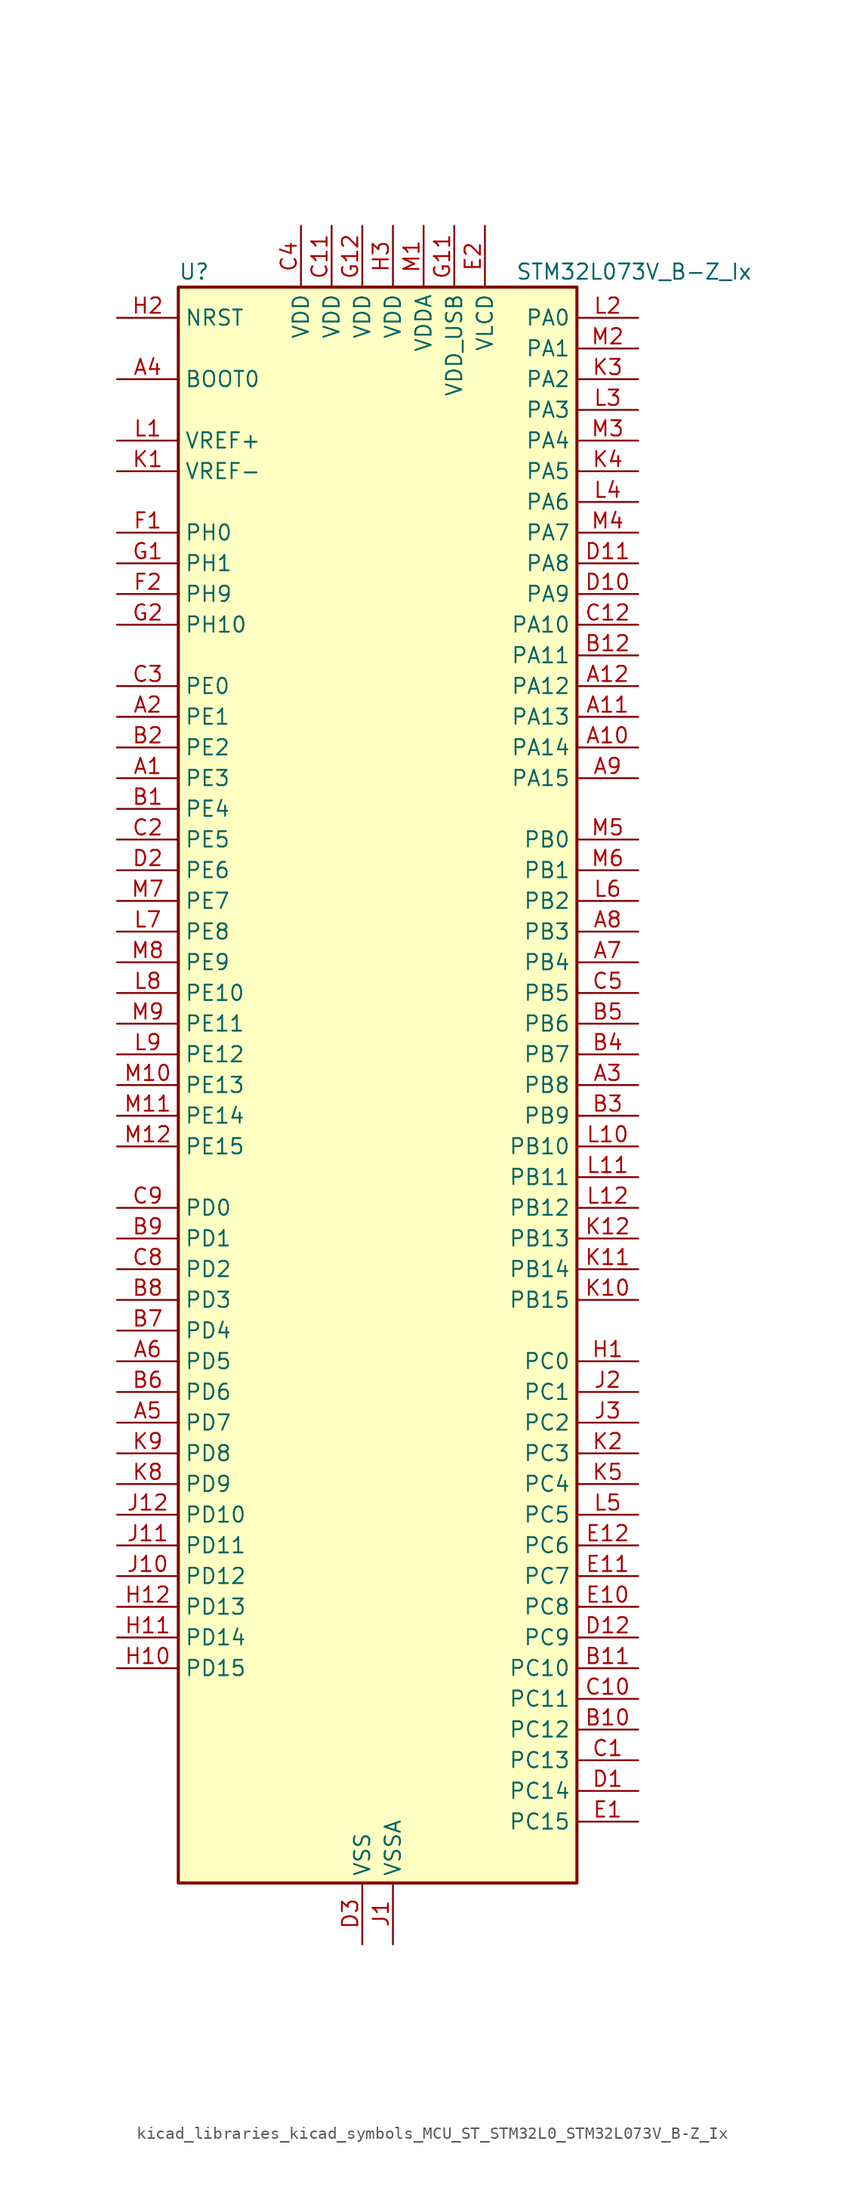
<source format=kicad_sym>
(kicad_symbol_lib
  (version 20220914)
  (generator kicad_symbol_editor)
  (symbol "kicad_libraries_kicad_symbols_MCU_ST_STM32L0_STM32L073V_B-Z_Ix"
    (property "Reference" "U"
      (at -15.24 67.31 0)
      (effects (font (size 1.27 1.27)) (justify left)))
    (property "Value" "STM32L073V_B-Z_Ix"
      (at 12.7 67.31 0)
      (effects (font (size 1.27 1.27)) (justify left)))
    (property "ki_locked" ""
      (at 0 0 0)
      (effects (font (size 1.27 1.27))))
    (symbol "kicad_libraries_kicad_symbols_MCU_ST_STM32L0_STM32L073V_B-Z_Ix_0_1"
      (rectangle (start -15.24 -66.04) (end 17.78 66.04) (stroke (width 0.254) (type default)) (fill (type background))))
    (symbol "kicad_libraries_kicad_symbols_MCU_ST_STM32L0_STM32L073V_B-Z_Ix_1_1"
      (pin bidirectional line (at -20.32 25.4 0) (length 5.08) (name "PE3" (effects (font (size 1.27 1.27)))) (number "A1" (effects (font (size 1.27 1.27)))) (alternate "LCD_SEG39" bidirectional line) (alternate "TIM22_CH1" bidirectional line) (alternate "TIM3_CH1" bidirectional line))
      (pin bidirectional line (at 22.86 27.94 180) (length 5.08) (name "PA14" (effects (font (size 1.27 1.27)))) (number "A10" (effects (font (size 1.27 1.27)))) (alternate "LPUART1_TX" bidirectional line) (alternate "SYS_SWCLK" bidirectional line) (alternate "USART2_TX" bidirectional line))
      (pin bidirectional line (at 22.86 30.48 180) (length 5.08) (name "PA13" (effects (font (size 1.27 1.27)))) (number "A11" (effects (font (size 1.27 1.27)))) (alternate "LPUART1_RX" bidirectional line) (alternate "SYS_SWDIO" bidirectional line) (alternate "USB_NOE" bidirectional line))
      (pin bidirectional line (at 22.86 33.02 180) (length 5.08) (name "PA12" (effects (font (size 1.27 1.27)))) (number "A12" (effects (font (size 1.27 1.27)))) (alternate "COMP2_OUT" bidirectional line) (alternate "SPI1_MOSI" bidirectional line) (alternate "TSC_G4_IO4" bidirectional line) (alternate "USART1_DE" bidirectional line) (alternate "USART1_RTS" bidirectional line) (alternate "USB_DP" bidirectional line))
      (pin bidirectional line (at -20.32 30.48 0) (length 5.08) (name "PE1" (effects (font (size 1.27 1.27)))) (number "A2" (effects (font (size 1.27 1.27)))) (alternate "LCD_SEG37" bidirectional line))
      (pin bidirectional line (at 22.86 0 180) (length 5.08) (name "PB8" (effects (font (size 1.27 1.27)))) (number "A3" (effects (font (size 1.27 1.27)))) (alternate "I2C1_SCL" bidirectional line) (alternate "LCD_SEG16" bidirectional line) (alternate "TSC_SYNC" bidirectional line))
      (pin input line (at -20.32 58.42 0) (length 5.08) (name "BOOT0" (effects (font (size 1.27 1.27)))) (number "A4" (effects (font (size 1.27 1.27)))))
      (pin bidirectional line (at -20.32 -27.94 0) (length 5.08) (name "PD7" (effects (font (size 1.27 1.27)))) (number "A5" (effects (font (size 1.27 1.27)))) (alternate "TIM21_CH2" bidirectional line) (alternate "USART2_CK" bidirectional line))
      (pin bidirectional line (at -20.32 -22.86 0) (length 5.08) (name "PD5" (effects (font (size 1.27 1.27)))) (number "A6" (effects (font (size 1.27 1.27)))) (alternate "USART2_TX" bidirectional line))
      (pin bidirectional line (at 22.86 10.16 180) (length 5.08) (name "PB4" (effects (font (size 1.27 1.27)))) (number "A7" (effects (font (size 1.27 1.27)))) (alternate "COMP2_INP" bidirectional line) (alternate "I2C3_SDA" bidirectional line) (alternate "LCD_SEG8" bidirectional line) (alternate "SPI1_MISO" bidirectional line) (alternate "TIM22_CH1" bidirectional line) (alternate "TIM3_CH1" bidirectional line) (alternate "TSC_G5_IO2" bidirectional line) (alternate "USART1_CTS" bidirectional line) (alternate "USART5_RX" bidirectional line))
      (pin bidirectional line (at 22.86 12.7 180) (length 5.08) (name "PB3" (effects (font (size 1.27 1.27)))) (number "A8" (effects (font (size 1.27 1.27)))) (alternate "COMP2_INM" bidirectional line) (alternate "LCD_SEG7" bidirectional line) (alternate "SPI1_SCK" bidirectional line) (alternate "TIM2_CH2" bidirectional line) (alternate "TSC_G5_IO1" bidirectional line) (alternate "USART1_DE" bidirectional line) (alternate "USART1_RTS" bidirectional line) (alternate "USART5_TX" bidirectional line))
      (pin bidirectional line (at 22.86 25.4 180) (length 5.08) (name "PA15" (effects (font (size 1.27 1.27)))) (number "A9" (effects (font (size 1.27 1.27)))) (alternate "LCD_SEG17" bidirectional line) (alternate "SPI1_NSS" bidirectional line) (alternate "TIM2_CH1" bidirectional line) (alternate "TIM2_ETR" bidirectional line) (alternate "USART2_RX" bidirectional line) (alternate "USART4_DE" bidirectional line) (alternate "USART4_RTS" bidirectional line))
      (pin bidirectional line (at -20.32 22.86 0) (length 5.08) (name "PE4" (effects (font (size 1.27 1.27)))) (number "B1" (effects (font (size 1.27 1.27)))) (alternate "TIM22_CH2" bidirectional line) (alternate "TIM3_CH2" bidirectional line))
      (pin bidirectional line (at 22.86 -53.34 180) (length 5.08) (name "PC12" (effects (font (size 1.27 1.27)))) (number "B10" (effects (font (size 1.27 1.27)))) (alternate "LCD_COM6" bidirectional line) (alternate "LCD_SEG30" bidirectional line) (alternate "LCD_SEG50" bidirectional line) (alternate "USART4_CK" bidirectional line) (alternate "USART5_TX" bidirectional line))
      (pin bidirectional line (at 22.86 -48.26 180) (length 5.08) (name "PC10" (effects (font (size 1.27 1.27)))) (number "B11" (effects (font (size 1.27 1.27)))) (alternate "LCD_COM4" bidirectional line) (alternate "LCD_SEG28" bidirectional line) (alternate "LCD_SEG48" bidirectional line) (alternate "LPUART1_TX" bidirectional line) (alternate "USART4_TX" bidirectional line))
      (pin bidirectional line (at 22.86 35.56 180) (length 5.08) (name "PA11" (effects (font (size 1.27 1.27)))) (number "B12" (effects (font (size 1.27 1.27)))) (alternate "ADC_EXTI11" bidirectional line) (alternate "COMP1_OUT" bidirectional line) (alternate "SPI1_MISO" bidirectional line) (alternate "TSC_G4_IO3" bidirectional line) (alternate "USART1_CTS" bidirectional line) (alternate "USB_DM" bidirectional line))
      (pin bidirectional line (at -20.32 27.94 0) (length 5.08) (name "PE2" (effects (font (size 1.27 1.27)))) (number "B2" (effects (font (size 1.27 1.27)))) (alternate "LCD_SEG38" bidirectional line) (alternate "TIM3_ETR" bidirectional line))
      (pin bidirectional line (at 22.86 -2.54 180) (length 5.08) (name "PB9" (effects (font (size 1.27 1.27)))) (number "B3" (effects (font (size 1.27 1.27)))) (alternate "DAC_EXTI9" bidirectional line) (alternate "I2C1_SDA" bidirectional line) (alternate "I2S2_WS" bidirectional line) (alternate "LCD_COM3" bidirectional line) (alternate "SPI2_NSS" bidirectional line))
      (pin bidirectional line (at 22.86 2.54 180) (length 5.08) (name "PB7" (effects (font (size 1.27 1.27)))) (number "B4" (effects (font (size 1.27 1.27)))) (alternate "COMP2_INP" bidirectional line) (alternate "I2C1_SDA" bidirectional line) (alternate "LPTIM1_IN2" bidirectional line) (alternate "SYS_PVD_IN" bidirectional line) (alternate "TSC_G5_IO4" bidirectional line) (alternate "USART1_RX" bidirectional line) (alternate "USART4_CTS" bidirectional line))
      (pin bidirectional line (at 22.86 5.08 180) (length 5.08) (name "PB6" (effects (font (size 1.27 1.27)))) (number "B5" (effects (font (size 1.27 1.27)))) (alternate "COMP2_INP" bidirectional line) (alternate "I2C1_SCL" bidirectional line) (alternate "LPTIM1_ETR" bidirectional line) (alternate "TSC_G5_IO3" bidirectional line) (alternate "USART1_TX" bidirectional line))
      (pin bidirectional line (at -20.32 -25.4 0) (length 5.08) (name "PD6" (effects (font (size 1.27 1.27)))) (number "B6" (effects (font (size 1.27 1.27)))) (alternate "USART2_RX" bidirectional line))
      (pin bidirectional line (at -20.32 -20.32 0) (length 5.08) (name "PD4" (effects (font (size 1.27 1.27)))) (number "B7" (effects (font (size 1.27 1.27)))) (alternate "I2S2_SD" bidirectional line) (alternate "SPI2_MOSI" bidirectional line) (alternate "USART2_DE" bidirectional line) (alternate "USART2_RTS" bidirectional line))
      (pin bidirectional line (at -20.32 -17.78 0) (length 5.08) (name "PD3" (effects (font (size 1.27 1.27)))) (number "B8" (effects (font (size 1.27 1.27)))) (alternate "I2S2_MCK" bidirectional line) (alternate "LCD_SEG44" bidirectional line) (alternate "SPI2_MISO" bidirectional line) (alternate "USART2_CTS" bidirectional line))
      (pin bidirectional line (at -20.32 -12.7 0) (length 5.08) (name "PD1" (effects (font (size 1.27 1.27)))) (number "B9" (effects (font (size 1.27 1.27)))) (alternate "I2S2_CK" bidirectional line) (alternate "SPI2_SCK" bidirectional line))
      (pin bidirectional line (at 22.86 -55.88 180) (length 5.08) (name "PC13" (effects (font (size 1.27 1.27)))) (number "C1" (effects (font (size 1.27 1.27)))) (alternate "RTC_OUT_ALARM" bidirectional line) (alternate "RTC_OUT_CALIB" bidirectional line) (alternate "RTC_TAMP1" bidirectional line) (alternate "RTC_TS" bidirectional line) (alternate "SYS_WKUP2" bidirectional line))
      (pin bidirectional line (at 22.86 -50.8 180) (length 5.08) (name "PC11" (effects (font (size 1.27 1.27)))) (number "C10" (effects (font (size 1.27 1.27)))) (alternate "ADC_EXTI11" bidirectional line) (alternate "LCD_COM5" bidirectional line) (alternate "LCD_SEG29" bidirectional line) (alternate "LCD_SEG49" bidirectional line) (alternate "LPUART1_RX" bidirectional line) (alternate "USART4_RX" bidirectional line))
      (pin power_in line (at -2.54 71.12 270) (length 5.08) (name "VDD" (effects (font (size 1.27 1.27)))) (number "C11" (effects (font (size 1.27 1.27)))))
      (pin bidirectional line (at 22.86 38.1 180) (length 5.08) (name "PA10" (effects (font (size 1.27 1.27)))) (number "C12" (effects (font (size 1.27 1.27)))) (alternate "I2C1_SDA" bidirectional line) (alternate "LCD_COM2" bidirectional line) (alternate "TSC_G4_IO2" bidirectional line) (alternate "USART1_RX" bidirectional line))
      (pin bidirectional line (at -20.32 20.32 0) (length 5.08) (name "PE5" (effects (font (size 1.27 1.27)))) (number "C2" (effects (font (size 1.27 1.27)))) (alternate "TIM21_CH1" bidirectional line) (alternate "TIM3_CH3" bidirectional line))
      (pin bidirectional line (at -20.32 33.02 0) (length 5.08) (name "PE0" (effects (font (size 1.27 1.27)))) (number "C3" (effects (font (size 1.27 1.27)))) (alternate "LCD_SEG36" bidirectional line))
      (pin power_in line (at -5.08 71.12 270) (length 5.08) (name "VDD" (effects (font (size 1.27 1.27)))) (number "C4" (effects (font (size 1.27 1.27)))))
      (pin bidirectional line (at 22.86 7.62 180) (length 5.08) (name "PB5" (effects (font (size 1.27 1.27)))) (number "C5" (effects (font (size 1.27 1.27)))) (alternate "COMP2_INP" bidirectional line) (alternate "I2C1_SMBA" bidirectional line) (alternate "LCD_SEG9" bidirectional line) (alternate "LPTIM1_IN1" bidirectional line) (alternate "SPI1_MOSI" bidirectional line) (alternate "TIM22_CH2" bidirectional line) (alternate "TIM3_CH2" bidirectional line) (alternate "USART1_CK" bidirectional line) (alternate "USART5_CK" bidirectional line) (alternate "USART5_DE" bidirectional line) (alternate "USART5_RTS" bidirectional line))
      (pin bidirectional line (at -20.32 -15.24 0) (length 5.08) (name "PD2" (effects (font (size 1.27 1.27)))) (number "C8" (effects (font (size 1.27 1.27)))) (alternate "LCD_COM7" bidirectional line) (alternate "LCD_SEG31" bidirectional line) (alternate "LCD_SEG51" bidirectional line) (alternate "LPUART1_DE" bidirectional line) (alternate "LPUART1_RTS" bidirectional line) (alternate "TIM3_ETR" bidirectional line) (alternate "USART5_RX" bidirectional line))
      (pin bidirectional line (at -20.32 -10.16 0) (length 5.08) (name "PD0" (effects (font (size 1.27 1.27)))) (number "C9" (effects (font (size 1.27 1.27)))) (alternate "I2S2_WS" bidirectional line) (alternate "SPI2_NSS" bidirectional line) (alternate "TIM21_CH1" bidirectional line))
      (pin bidirectional line (at 22.86 -58.42 180) (length 5.08) (name "PC14" (effects (font (size 1.27 1.27)))) (number "D1" (effects (font (size 1.27 1.27)))) (alternate "RCC_OSC32_IN" bidirectional line))
      (pin bidirectional line (at 22.86 40.64 180) (length 5.08) (name "PA9" (effects (font (size 1.27 1.27)))) (number "D10" (effects (font (size 1.27 1.27)))) (alternate "DAC_EXTI9" bidirectional line) (alternate "I2C1_SCL" bidirectional line) (alternate "I2C3_SMBA" bidirectional line) (alternate "LCD_COM1" bidirectional line) (alternate "RCC_MCO" bidirectional line) (alternate "TSC_G4_IO1" bidirectional line) (alternate "USART1_TX" bidirectional line))
      (pin bidirectional line (at 22.86 43.18 180) (length 5.08) (name "PA8" (effects (font (size 1.27 1.27)))) (number "D11" (effects (font (size 1.27 1.27)))) (alternate "CRS_SYNC" bidirectional line) (alternate "I2C3_SCL" bidirectional line) (alternate "LCD_COM0" bidirectional line) (alternate "RCC_MCO" bidirectional line) (alternate "USART1_CK" bidirectional line))
      (pin bidirectional line (at 22.86 -45.72 180) (length 5.08) (name "PC9" (effects (font (size 1.27 1.27)))) (number "D12" (effects (font (size 1.27 1.27)))) (alternate "DAC_EXTI9" bidirectional line) (alternate "I2C3_SDA" bidirectional line) (alternate "LCD_SEG27" bidirectional line) (alternate "TIM21_ETR" bidirectional line) (alternate "TIM3_CH4" bidirectional line) (alternate "TSC_G8_IO4" bidirectional line) (alternate "USB_NOE" bidirectional line))
      (pin bidirectional line (at -20.32 17.78 0) (length 5.08) (name "PE6" (effects (font (size 1.27 1.27)))) (number "D2" (effects (font (size 1.27 1.27)))) (alternate "RTC_TAMP3" bidirectional line) (alternate "SYS_WKUP3" bidirectional line) (alternate "TIM21_CH2" bidirectional line) (alternate "TIM3_CH4" bidirectional line))
      (pin power_in line (at 0 -71.12 90) (length 5.08) (name "VSS" (effects (font (size 1.27 1.27)))) (number "D3" (effects (font (size 1.27 1.27)))))
      (pin bidirectional line (at 22.86 -60.96 180) (length 5.08) (name "PC15" (effects (font (size 1.27 1.27)))) (number "E1" (effects (font (size 1.27 1.27)))) (alternate "RCC_OSC32_OUT" bidirectional line))
      (pin bidirectional line (at 22.86 -43.18 180) (length 5.08) (name "PC8" (effects (font (size 1.27 1.27)))) (number "E10" (effects (font (size 1.27 1.27)))) (alternate "LCD_SEG26" bidirectional line) (alternate "TIM22_ETR" bidirectional line) (alternate "TIM3_CH3" bidirectional line) (alternate "TSC_G8_IO3" bidirectional line))
      (pin bidirectional line (at 22.86 -40.64 180) (length 5.08) (name "PC7" (effects (font (size 1.27 1.27)))) (number "E11" (effects (font (size 1.27 1.27)))) (alternate "LCD_SEG25" bidirectional line) (alternate "TIM22_CH2" bidirectional line) (alternate "TIM3_CH2" bidirectional line) (alternate "TSC_G8_IO2" bidirectional line))
      (pin bidirectional line (at 22.86 -38.1 180) (length 5.08) (name "PC6" (effects (font (size 1.27 1.27)))) (number "E12" (effects (font (size 1.27 1.27)))) (alternate "LCD_SEG24" bidirectional line) (alternate "TIM22_CH1" bidirectional line) (alternate "TIM3_CH1" bidirectional line) (alternate "TSC_G8_IO1" bidirectional line))
      (pin power_in line (at 10.16 71.12 270) (length 5.08) (name "VLCD" (effects (font (size 1.27 1.27)))) (number "E2" (effects (font (size 1.27 1.27)))))
      (pin passive line (at 0 -71.12 90) (length 5.08) hide (name "VSS" (effects (font (size 1.27 1.27)))) (number "E3" (effects (font (size 1.27 1.27)))))
      (pin bidirectional line (at -20.32 45.72 0) (length 5.08) (name "PH0" (effects (font (size 1.27 1.27)))) (number "F1" (effects (font (size 1.27 1.27)))) (alternate "CRS_SYNC" bidirectional line) (alternate "RCC_OSC_IN" bidirectional line))
      (pin passive line (at 0 -71.12 90) (length 5.08) hide (name "VSS" (effects (font (size 1.27 1.27)))) (number "F11" (effects (font (size 1.27 1.27)))))
      (pin passive line (at 0 -71.12 90) (length 5.08) hide (name "VSS" (effects (font (size 1.27 1.27)))) (number "F12" (effects (font (size 1.27 1.27)))))
      (pin bidirectional line (at -20.32 40.64 0) (length 5.08) (name "PH9" (effects (font (size 1.27 1.27)))) (number "F2" (effects (font (size 1.27 1.27)))) (alternate "DAC_EXTI9" bidirectional line))
      (pin bidirectional line (at -20.32 43.18 0) (length 5.08) (name "PH1" (effects (font (size 1.27 1.27)))) (number "G1" (effects (font (size 1.27 1.27)))) (alternate "RCC_OSC_OUT" bidirectional line))
      (pin power_in line (at 7.62 71.12 270) (length 5.08) (name "VDD_USB" (effects (font (size 1.27 1.27)))) (number "G11" (effects (font (size 1.27 1.27)))))
      (pin power_in line (at 0 71.12 270) (length 5.08) (name "VDD" (effects (font (size 1.27 1.27)))) (number "G12" (effects (font (size 1.27 1.27)))))
      (pin bidirectional line (at -20.32 38.1 0) (length 5.08) (name "PH10" (effects (font (size 1.27 1.27)))) (number "G2" (effects (font (size 1.27 1.27)))))
      (pin bidirectional line (at 22.86 -22.86 180) (length 5.08) (name "PC0" (effects (font (size 1.27 1.27)))) (number "H1" (effects (font (size 1.27 1.27)))) (alternate "ADC_IN10" bidirectional line) (alternate "I2C3_SCL" bidirectional line) (alternate "LCD_SEG18" bidirectional line) (alternate "LPTIM1_IN1" bidirectional line) (alternate "LPUART1_RX" bidirectional line) (alternate "TSC_G7_IO1" bidirectional line))
      (pin bidirectional line (at -20.32 -48.26 0) (length 5.08) (name "PD15" (effects (font (size 1.27 1.27)))) (number "H10" (effects (font (size 1.27 1.27)))) (alternate "CRS_SYNC" bidirectional line) (alternate "LCD_SEG35" bidirectional line))
      (pin bidirectional line (at -20.32 -45.72 0) (length 5.08) (name "PD14" (effects (font (size 1.27 1.27)))) (number "H11" (effects (font (size 1.27 1.27)))) (alternate "LCD_SEG34" bidirectional line))
      (pin bidirectional line (at -20.32 -43.18 0) (length 5.08) (name "PD13" (effects (font (size 1.27 1.27)))) (number "H12" (effects (font (size 1.27 1.27)))) (alternate "LCD_SEG33" bidirectional line))
      (pin input line (at -20.32 63.5 0) (length 5.08) (name "NRST" (effects (font (size 1.27 1.27)))) (number "H2" (effects (font (size 1.27 1.27)))))
      (pin power_in line (at 2.54 71.12 270) (length 5.08) (name "VDD" (effects (font (size 1.27 1.27)))) (number "H3" (effects (font (size 1.27 1.27)))))
      (pin power_in line (at 2.54 -71.12 90) (length 5.08) (name "VSSA" (effects (font (size 1.27 1.27)))) (number "J1" (effects (font (size 1.27 1.27)))))
      (pin bidirectional line (at -20.32 -40.64 0) (length 5.08) (name "PD12" (effects (font (size 1.27 1.27)))) (number "J10" (effects (font (size 1.27 1.27)))) (alternate "LCD_SEG32" bidirectional line) (alternate "LPUART1_DE" bidirectional line) (alternate "LPUART1_RTS" bidirectional line))
      (pin bidirectional line (at -20.32 -38.1 0) (length 5.08) (name "PD11" (effects (font (size 1.27 1.27)))) (number "J11" (effects (font (size 1.27 1.27)))) (alternate "ADC_EXTI11" bidirectional line) (alternate "LCD_SEG31" bidirectional line) (alternate "LPUART1_CTS" bidirectional line))
      (pin bidirectional line (at -20.32 -35.56 0) (length 5.08) (name "PD10" (effects (font (size 1.27 1.27)))) (number "J12" (effects (font (size 1.27 1.27)))) (alternate "LCD_SEG30" bidirectional line))
      (pin bidirectional line (at 22.86 -25.4 180) (length 5.08) (name "PC1" (effects (font (size 1.27 1.27)))) (number "J2" (effects (font (size 1.27 1.27)))) (alternate "ADC_IN11" bidirectional line) (alternate "I2C3_SDA" bidirectional line) (alternate "LCD_SEG19" bidirectional line) (alternate "LPTIM1_OUT" bidirectional line) (alternate "LPUART1_TX" bidirectional line) (alternate "TSC_G7_IO2" bidirectional line))
      (pin bidirectional line (at 22.86 -27.94 180) (length 5.08) (name "PC2" (effects (font (size 1.27 1.27)))) (number "J3" (effects (font (size 1.27 1.27)))) (alternate "ADC_IN12" bidirectional line) (alternate "I2S2_MCK" bidirectional line) (alternate "LCD_SEG20" bidirectional line) (alternate "LPTIM1_IN2" bidirectional line) (alternate "SPI2_MISO" bidirectional line) (alternate "TSC_G7_IO3" bidirectional line))
      (pin input line (at -20.32 50.8 0) (length 5.08) (name "VREF-" (effects (font (size 1.27 1.27)))) (number "K1" (effects (font (size 1.27 1.27)))))
      (pin bidirectional line (at 22.86 -17.78 180) (length 5.08) (name "PB15" (effects (font (size 1.27 1.27)))) (number "K10" (effects (font (size 1.27 1.27)))) (alternate "I2S2_SD" bidirectional line) (alternate "LCD_SEG15" bidirectional line) (alternate "RTC_REFIN" bidirectional line) (alternate "SPI2_MOSI" bidirectional line))
      (pin bidirectional line (at 22.86 -15.24 180) (length 5.08) (name "PB14" (effects (font (size 1.27 1.27)))) (number "K11" (effects (font (size 1.27 1.27)))) (alternate "I2C2_SDA" bidirectional line) (alternate "I2S2_MCK" bidirectional line) (alternate "LCD_SEG14" bidirectional line) (alternate "LPUART1_DE" bidirectional line) (alternate "LPUART1_RTS" bidirectional line) (alternate "RTC_OUT_ALARM" bidirectional line) (alternate "RTC_OUT_CALIB" bidirectional line) (alternate "SPI2_MISO" bidirectional line) (alternate "TIM21_CH2" bidirectional line) (alternate "TSC_G6_IO4" bidirectional line))
      (pin bidirectional line (at 22.86 -12.7 180) (length 5.08) (name "PB13" (effects (font (size 1.27 1.27)))) (number "K12" (effects (font (size 1.27 1.27)))) (alternate "I2C2_SCL" bidirectional line) (alternate "I2S2_CK" bidirectional line) (alternate "LCD_SEG13" bidirectional line) (alternate "LPUART1_CTS" bidirectional line) (alternate "RCC_MCO" bidirectional line) (alternate "SPI2_SCK" bidirectional line) (alternate "TIM21_CH1" bidirectional line) (alternate "TSC_G6_IO3" bidirectional line))
      (pin bidirectional line (at 22.86 -30.48 180) (length 5.08) (name "PC3" (effects (font (size 1.27 1.27)))) (number "K2" (effects (font (size 1.27 1.27)))) (alternate "ADC_IN13" bidirectional line) (alternate "I2S2_SD" bidirectional line) (alternate "LCD_SEG21" bidirectional line) (alternate "LPTIM1_ETR" bidirectional line) (alternate "SPI2_MOSI" bidirectional line) (alternate "TSC_G7_IO4" bidirectional line))
      (pin bidirectional line (at 22.86 58.42 180) (length 5.08) (name "PA2" (effects (font (size 1.27 1.27)))) (number "K3" (effects (font (size 1.27 1.27)))) (alternate "ADC_IN2" bidirectional line) (alternate "COMP2_INM" bidirectional line) (alternate "COMP2_OUT" bidirectional line) (alternate "LCD_SEG1" bidirectional line) (alternate "LPUART1_TX" bidirectional line) (alternate "TIM21_CH1" bidirectional line) (alternate "TIM2_CH3" bidirectional line) (alternate "TSC_G1_IO3" bidirectional line) (alternate "USART2_TX" bidirectional line))
      (pin bidirectional line (at 22.86 50.8 180) (length 5.08) (name "PA5" (effects (font (size 1.27 1.27)))) (number "K4" (effects (font (size 1.27 1.27)))) (alternate "ADC_IN5" bidirectional line) (alternate "COMP1_INM" bidirectional line) (alternate "COMP2_INM" bidirectional line) (alternate "DAC_OUT2" bidirectional line) (alternate "SPI1_SCK" bidirectional line) (alternate "TIM2_CH1" bidirectional line) (alternate "TIM2_ETR" bidirectional line) (alternate "TSC_G2_IO2" bidirectional line))
      (pin bidirectional line (at 22.86 -33.02 180) (length 5.08) (name "PC4" (effects (font (size 1.27 1.27)))) (number "K5" (effects (font (size 1.27 1.27)))) (alternate "ADC_IN14" bidirectional line) (alternate "LCD_SEG22" bidirectional line) (alternate "LPUART1_TX" bidirectional line))
      (pin bidirectional line (at -20.32 -33.02 0) (length 5.08) (name "PD9" (effects (font (size 1.27 1.27)))) (number "K8" (effects (font (size 1.27 1.27)))) (alternate "DAC_EXTI9" bidirectional line) (alternate "LCD_SEG29" bidirectional line) (alternate "LPUART1_RX" bidirectional line))
      (pin bidirectional line (at -20.32 -30.48 0) (length 5.08) (name "PD8" (effects (font (size 1.27 1.27)))) (number "K9" (effects (font (size 1.27 1.27)))) (alternate "LCD_SEG28" bidirectional line) (alternate "LPUART1_TX" bidirectional line))
      (pin input line (at -20.32 53.34 0) (length 5.08) (name "VREF+" (effects (font (size 1.27 1.27)))) (number "L1" (effects (font (size 1.27 1.27)))))
      (pin bidirectional line (at 22.86 -5.08 180) (length 5.08) (name "PB10" (effects (font (size 1.27 1.27)))) (number "L10" (effects (font (size 1.27 1.27)))) (alternate "I2C2_SCL" bidirectional line) (alternate "LCD_SEG10" bidirectional line) (alternate "LPUART1_RX" bidirectional line) (alternate "LPUART1_TX" bidirectional line) (alternate "SPI2_SCK" bidirectional line) (alternate "TIM2_CH3" bidirectional line) (alternate "TSC_SYNC" bidirectional line))
      (pin bidirectional line (at 22.86 -7.62 180) (length 5.08) (name "PB11" (effects (font (size 1.27 1.27)))) (number "L11" (effects (font (size 1.27 1.27)))) (alternate "ADC_EXTI11" bidirectional line) (alternate "I2C2_SDA" bidirectional line) (alternate "LCD_SEG11" bidirectional line) (alternate "LPUART1_RX" bidirectional line) (alternate "LPUART1_TX" bidirectional line) (alternate "TIM2_CH4" bidirectional line) (alternate "TSC_G6_IO1" bidirectional line))
      (pin bidirectional line (at 22.86 -10.16 180) (length 5.08) (name "PB12" (effects (font (size 1.27 1.27)))) (number "L12" (effects (font (size 1.27 1.27)))) (alternate "I2S2_WS" bidirectional line) (alternate "LCD_SEG12" bidirectional line) (alternate "LCD_VLCD2" bidirectional line) (alternate "LPUART1_DE" bidirectional line) (alternate "LPUART1_RTS" bidirectional line) (alternate "SPI2_NSS" bidirectional line) (alternate "TSC_G6_IO2" bidirectional line))
      (pin bidirectional line (at 22.86 63.5 180) (length 5.08) (name "PA0" (effects (font (size 1.27 1.27)))) (number "L2" (effects (font (size 1.27 1.27)))) (alternate "ADC_IN0" bidirectional line) (alternate "COMP1_INM" bidirectional line) (alternate "COMP1_OUT" bidirectional line) (alternate "RTC_TAMP2" bidirectional line) (alternate "SYS_WKUP1" bidirectional line) (alternate "TIM2_CH1" bidirectional line) (alternate "TIM2_ETR" bidirectional line) (alternate "TSC_G1_IO1" bidirectional line) (alternate "USART2_CTS" bidirectional line) (alternate "USART4_TX" bidirectional line))
      (pin bidirectional line (at 22.86 55.88 180) (length 5.08) (name "PA3" (effects (font (size 1.27 1.27)))) (number "L3" (effects (font (size 1.27 1.27)))) (alternate "ADC_IN3" bidirectional line) (alternate "COMP2_INP" bidirectional line) (alternate "LCD_SEG2" bidirectional line) (alternate "LPUART1_RX" bidirectional line) (alternate "TIM21_CH2" bidirectional line) (alternate "TIM2_CH4" bidirectional line) (alternate "TSC_G1_IO4" bidirectional line) (alternate "USART2_RX" bidirectional line))
      (pin bidirectional line (at 22.86 48.26 180) (length 5.08) (name "PA6" (effects (font (size 1.27 1.27)))) (number "L4" (effects (font (size 1.27 1.27)))) (alternate "ADC_IN6" bidirectional line) (alternate "COMP1_OUT" bidirectional line) (alternate "LCD_SEG3" bidirectional line) (alternate "LPUART1_CTS" bidirectional line) (alternate "SPI1_MISO" bidirectional line) (alternate "TIM22_CH1" bidirectional line) (alternate "TIM3_CH1" bidirectional line) (alternate "TSC_G2_IO3" bidirectional line))
      (pin bidirectional line (at 22.86 -35.56 180) (length 5.08) (name "PC5" (effects (font (size 1.27 1.27)))) (number "L5" (effects (font (size 1.27 1.27)))) (alternate "ADC_IN15" bidirectional line) (alternate "LCD_SEG23" bidirectional line) (alternate "LPUART1_RX" bidirectional line) (alternate "TSC_G3_IO1" bidirectional line))
      (pin bidirectional line (at 22.86 15.24 180) (length 5.08) (name "PB2" (effects (font (size 1.27 1.27)))) (number "L6" (effects (font (size 1.27 1.27)))) (alternate "I2C3_SMBA" bidirectional line) (alternate "LCD_VLCD2" bidirectional line) (alternate "LPTIM1_OUT" bidirectional line) (alternate "TSC_G3_IO4" bidirectional line))
      (pin bidirectional line (at -20.32 12.7 0) (length 5.08) (name "PE8" (effects (font (size 1.27 1.27)))) (number "L7" (effects (font (size 1.27 1.27)))) (alternate "LCD_SEG46" bidirectional line) (alternate "USART4_TX" bidirectional line))
      (pin bidirectional line (at -20.32 7.62 0) (length 5.08) (name "PE10" (effects (font (size 1.27 1.27)))) (number "L8" (effects (font (size 1.27 1.27)))) (alternate "LCD_SEG40" bidirectional line) (alternate "TIM2_CH2" bidirectional line) (alternate "USART5_TX" bidirectional line))
      (pin bidirectional line (at -20.32 2.54 0) (length 5.08) (name "PE12" (effects (font (size 1.27 1.27)))) (number "L9" (effects (font (size 1.27 1.27)))) (alternate "LCD_VLCD3" bidirectional line) (alternate "SPI1_NSS" bidirectional line) (alternate "TIM2_CH4" bidirectional line))
      (pin power_in line (at 5.08 71.12 270) (length 5.08) (name "VDDA" (effects (font (size 1.27 1.27)))) (number "M1" (effects (font (size 1.27 1.27)))))
      (pin bidirectional line (at -20.32 0 0) (length 5.08) (name "PE13" (effects (font (size 1.27 1.27)))) (number "M10" (effects (font (size 1.27 1.27)))) (alternate "LCD_SEG41" bidirectional line) (alternate "SPI1_SCK" bidirectional line))
      (pin bidirectional line (at -20.32 -2.54 0) (length 5.08) (name "PE14" (effects (font (size 1.27 1.27)))) (number "M11" (effects (font (size 1.27 1.27)))) (alternate "LCD_SEG42" bidirectional line) (alternate "SPI1_MISO" bidirectional line))
      (pin bidirectional line (at -20.32 -5.08 0) (length 5.08) (name "PE15" (effects (font (size 1.27 1.27)))) (number "M12" (effects (font (size 1.27 1.27)))) (alternate "LCD_SEG43" bidirectional line) (alternate "SPI1_MOSI" bidirectional line))
      (pin bidirectional line (at 22.86 60.96 180) (length 5.08) (name "PA1" (effects (font (size 1.27 1.27)))) (number "M2" (effects (font (size 1.27 1.27)))) (alternate "ADC_IN1" bidirectional line) (alternate "COMP1_INP" bidirectional line) (alternate "LCD_SEG0" bidirectional line) (alternate "TIM21_ETR" bidirectional line) (alternate "TIM2_CH2" bidirectional line) (alternate "TSC_G1_IO2" bidirectional line) (alternate "USART2_DE" bidirectional line) (alternate "USART2_RTS" bidirectional line) (alternate "USART4_RX" bidirectional line))
      (pin bidirectional line (at 22.86 53.34 180) (length 5.08) (name "PA4" (effects (font (size 1.27 1.27)))) (number "M3" (effects (font (size 1.27 1.27)))) (alternate "ADC_IN4" bidirectional line) (alternate "COMP1_INM" bidirectional line) (alternate "COMP2_INM" bidirectional line) (alternate "DAC_OUT1" bidirectional line) (alternate "SPI1_NSS" bidirectional line) (alternate "TIM22_ETR" bidirectional line) (alternate "TSC_G2_IO1" bidirectional line) (alternate "USART2_CK" bidirectional line))
      (pin bidirectional line (at 22.86 45.72 180) (length 5.08) (name "PA7" (effects (font (size 1.27 1.27)))) (number "M4" (effects (font (size 1.27 1.27)))) (alternate "ADC_IN7" bidirectional line) (alternate "COMP2_OUT" bidirectional line) (alternate "LCD_SEG4" bidirectional line) (alternate "SPI1_MOSI" bidirectional line) (alternate "TIM22_CH2" bidirectional line) (alternate "TIM3_CH2" bidirectional line) (alternate "TSC_G2_IO4" bidirectional line))
      (pin bidirectional line (at 22.86 20.32 180) (length 5.08) (name "PB0" (effects (font (size 1.27 1.27)))) (number "M5" (effects (font (size 1.27 1.27)))) (alternate "ADC_IN8" bidirectional line) (alternate "LCD_SEG5" bidirectional line) (alternate "LCD_VLCD3" bidirectional line) (alternate "SYS_VREF_OUT_PB0" bidirectional line) (alternate "TIM3_CH3" bidirectional line) (alternate "TSC_G3_IO2" bidirectional line))
      (pin bidirectional line (at 22.86 17.78 180) (length 5.08) (name "PB1" (effects (font (size 1.27 1.27)))) (number "M6" (effects (font (size 1.27 1.27)))) (alternate "ADC_IN9" bidirectional line) (alternate "LCD_SEG6" bidirectional line) (alternate "LPUART1_DE" bidirectional line) (alternate "LPUART1_RTS" bidirectional line) (alternate "SYS_VREF_OUT_PB1" bidirectional line) (alternate "TIM3_CH4" bidirectional line) (alternate "TSC_G3_IO3" bidirectional line))
      (pin bidirectional line (at -20.32 15.24 0) (length 5.08) (name "PE7" (effects (font (size 1.27 1.27)))) (number "M7" (effects (font (size 1.27 1.27)))) (alternate "LCD_SEG45" bidirectional line) (alternate "USART5_CK" bidirectional line) (alternate "USART5_DE" bidirectional line) (alternate "USART5_RTS" bidirectional line))
      (pin bidirectional line (at -20.32 10.16 0) (length 5.08) (name "PE9" (effects (font (size 1.27 1.27)))) (number "M8" (effects (font (size 1.27 1.27)))) (alternate "DAC_EXTI9" bidirectional line) (alternate "LCD_SEG47" bidirectional line) (alternate "TIM2_CH1" bidirectional line) (alternate "TIM2_ETR" bidirectional line) (alternate "USART4_RX" bidirectional line))
      (pin bidirectional line (at -20.32 5.08 0) (length 5.08) (name "PE11" (effects (font (size 1.27 1.27)))) (number "M9" (effects (font (size 1.27 1.27)))) (alternate "ADC_EXTI11" bidirectional line) (alternate "LCD_VLCD1" bidirectional line) (alternate "TIM2_CH3" bidirectional line) (alternate "USART5_RX" bidirectional line)))))
</source>
